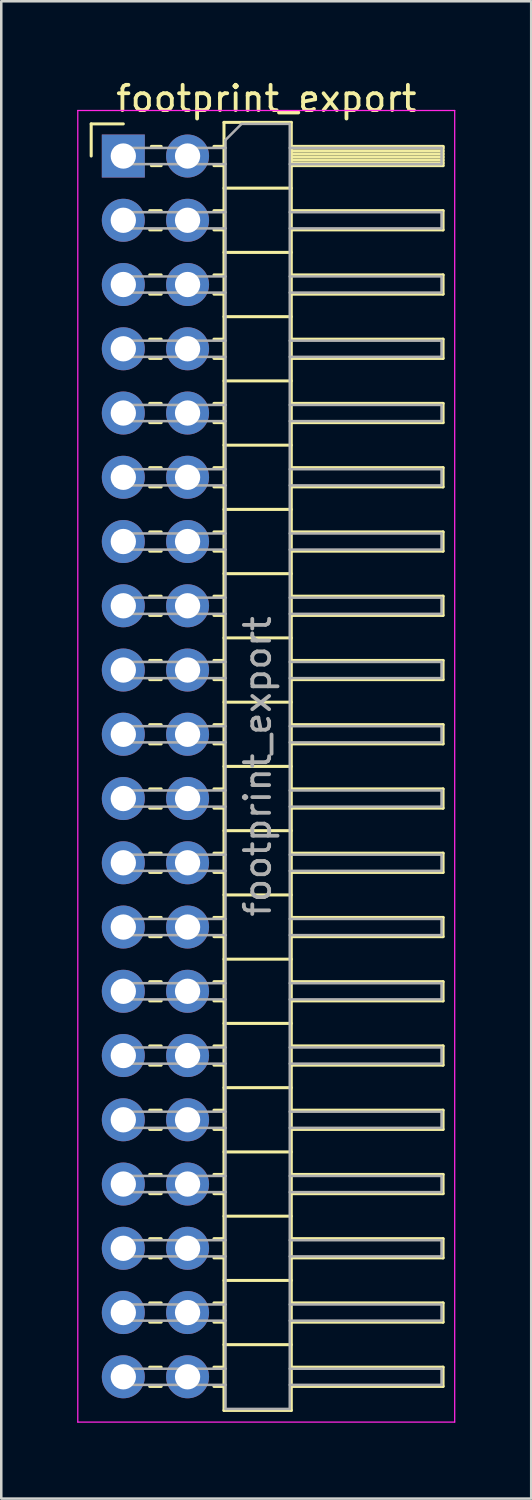
<source format=kicad_pcb>
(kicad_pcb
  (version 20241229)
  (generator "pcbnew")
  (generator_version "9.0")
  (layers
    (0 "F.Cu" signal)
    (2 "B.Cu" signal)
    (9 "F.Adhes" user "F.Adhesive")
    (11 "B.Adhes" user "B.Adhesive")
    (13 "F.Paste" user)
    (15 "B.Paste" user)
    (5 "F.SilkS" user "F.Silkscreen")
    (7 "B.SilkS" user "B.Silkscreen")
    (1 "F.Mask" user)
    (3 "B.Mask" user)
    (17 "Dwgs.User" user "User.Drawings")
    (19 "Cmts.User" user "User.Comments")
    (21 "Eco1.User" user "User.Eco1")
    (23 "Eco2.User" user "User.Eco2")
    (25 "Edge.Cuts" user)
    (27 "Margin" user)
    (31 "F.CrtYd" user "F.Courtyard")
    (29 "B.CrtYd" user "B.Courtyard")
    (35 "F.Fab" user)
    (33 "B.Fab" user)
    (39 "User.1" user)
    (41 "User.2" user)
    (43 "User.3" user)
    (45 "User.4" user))
  (footprint "footprint_export"
    (layer "F.Cu")
    (at 1.825 3.118)
    (property "Reference" "footprint_export" (at 5.655 -2.27 0) (layer "F.SilkS") (effects (font (size 1 1) (thickness 0.15))))
    (attr through_hole)
    (fp_line (start -1.27 -1.27) (end 0 -1.27) (stroke (width 0.12) (type solid)) (layer "F.SilkS"))
    (fp_line (start -1.27 0) (end -1.27 -1.27) (stroke (width 0.12) (type solid)) (layer "F.SilkS"))
    (fp_line (start 1.043 2.16) (end 1.497 2.16) (stroke (width 0.12) (type solid)) (layer "F.SilkS"))
    (fp_line (start 1.043 2.92) (end 1.497 2.92) (stroke (width 0.12) (type solid)) (layer "F.SilkS"))
    (fp_line (start 1.043 4.7) (end 1.497 4.7) (stroke (width 0.12) (type solid)) (layer "F.SilkS"))
    (fp_line (start 1.043 5.46) (end 1.497 5.46) (stroke (width 0.12) (type solid)) (layer "F.SilkS"))
    (fp_line (start 1.043 7.24) (end 1.497 7.24) (stroke (width 0.12) (type solid)) (layer "F.SilkS"))
    (fp_line (start 1.043 8) (end 1.497 8) (stroke (width 0.12) (type solid)) (layer "F.SilkS"))
    (fp_line (start 1.043 9.78) (end 1.497 9.78) (stroke (width 0.12) (type solid)) (layer "F.SilkS"))
    (fp_line (start 1.043 10.54) (end 1.497 10.54) (stroke (width 0.12) (type solid)) (layer "F.SilkS"))
    (fp_line (start 1.043 12.32) (end 1.497 12.32) (stroke (width 0.12) (type solid)) (layer "F.SilkS"))
    (fp_line (start 1.043 13.08) (end 1.497 13.08) (stroke (width 0.12) (type solid)) (layer "F.SilkS"))
    (fp_line (start 1.043 14.86) (end 1.497 14.86) (stroke (width 0.12) (type solid)) (layer "F.SilkS"))
    (fp_line (start 1.043 15.62) (end 1.497 15.62) (stroke (width 0.12) (type solid)) (layer "F.SilkS"))
    (fp_line (start 1.043 17.4) (end 1.497 17.4) (stroke (width 0.12) (type solid)) (layer "F.SilkS"))
    (fp_line (start 1.043 18.16) (end 1.497 18.16) (stroke (width 0.12) (type solid)) (layer "F.SilkS"))
    (fp_line (start 1.043 19.94) (end 1.497 19.94) (stroke (width 0.12) (type solid)) (layer "F.SilkS"))
    (fp_line (start 1.043 20.7) (end 1.497 20.7) (stroke (width 0.12) (type solid)) (layer "F.SilkS"))
    (fp_line (start 1.043 22.48) (end 1.497 22.48) (stroke (width 0.12) (type solid)) (layer "F.SilkS"))
    (fp_line (start 1.043 23.24) (end 1.497 23.24) (stroke (width 0.12) (type solid)) (layer "F.SilkS"))
    (fp_line (start 1.043 25.02) (end 1.497 25.02) (stroke (width 0.12) (type solid)) (layer "F.SilkS"))
    (fp_line (start 1.043 25.78) (end 1.497 25.78) (stroke (width 0.12) (type solid)) (layer "F.SilkS"))
    (fp_line (start 1.043 27.56) (end 1.497 27.56) (stroke (width 0.12) (type solid)) (layer "F.SilkS"))
    (fp_line (start 1.043 28.32) (end 1.497 28.32) (stroke (width 0.12) (type solid)) (layer "F.SilkS"))
    (fp_line (start 1.043 30.1) (end 1.497 30.1) (stroke (width 0.12) (type solid)) (layer "F.SilkS"))
    (fp_line (start 1.043 30.86) (end 1.497 30.86) (stroke (width 0.12) (type solid)) (layer "F.SilkS"))
    (fp_line (start 1.043 32.64) (end 1.497 32.64) (stroke (width 0.12) (type solid)) (layer "F.SilkS"))
    (fp_line (start 1.043 33.4) (end 1.497 33.4) (stroke (width 0.12) (type solid)) (layer "F.SilkS"))
    (fp_line (start 1.043 35.18) (end 1.497 35.18) (stroke (width 0.12) (type solid)) (layer "F.SilkS"))
    (fp_line (start 1.043 35.94) (end 1.497 35.94) (stroke (width 0.12) (type solid)) (layer "F.SilkS"))
    (fp_line (start 1.043 37.72) (end 1.497 37.72) (stroke (width 0.12) (type solid)) (layer "F.SilkS"))
    (fp_line (start 1.043 38.48) (end 1.497 38.48) (stroke (width 0.12) (type solid)) (layer "F.SilkS"))
    (fp_line (start 1.043 40.26) (end 1.497 40.26) (stroke (width 0.12) (type solid)) (layer "F.SilkS"))
    (fp_line (start 1.043 41.02) (end 1.497 41.02) (stroke (width 0.12) (type solid)) (layer "F.SilkS"))
    (fp_line (start 1.043 42.8) (end 1.497 42.8) (stroke (width 0.12) (type solid)) (layer "F.SilkS"))
    (fp_line (start 1.043 43.56) (end 1.497 43.56) (stroke (width 0.12) (type solid)) (layer "F.SilkS"))
    (fp_line (start 1.043 45.34) (end 1.497 45.34) (stroke (width 0.12) (type solid)) (layer "F.SilkS"))
    (fp_line (start 1.043 46.1) (end 1.497 46.1) (stroke (width 0.12) (type solid)) (layer "F.SilkS"))
    (fp_line (start 1.043 47.88) (end 1.497 47.88) (stroke (width 0.12) (type solid)) (layer "F.SilkS"))
    (fp_line (start 1.043 48.64) (end 1.497 48.64) (stroke (width 0.12) (type solid)) (layer "F.SilkS"))
    (fp_line (start 1.11 -0.38) (end 1.497 -0.38) (stroke (width 0.12) (type solid)) (layer "F.SilkS"))
    (fp_line (start 1.11 0.38) (end 1.497 0.38) (stroke (width 0.12) (type solid)) (layer "F.SilkS"))
    (fp_line (start 3.583 -0.38) (end 3.98 -0.38) (stroke (width 0.12) (type solid)) (layer "F.SilkS"))
    (fp_line (start 3.583 0.38) (end 3.98 0.38) (stroke (width 0.12) (type solid)) (layer "F.SilkS"))
    (fp_line (start 3.583 2.16) (end 3.98 2.16) (stroke (width 0.12) (type solid)) (layer "F.SilkS"))
    (fp_line (start 3.583 2.92) (end 3.98 2.92) (stroke (width 0.12) (type solid)) (layer "F.SilkS"))
    (fp_line (start 3.583 4.7) (end 3.98 4.7) (stroke (width 0.12) (type solid)) (layer "F.SilkS"))
    (fp_line (start 3.583 5.46) (end 3.98 5.46) (stroke (width 0.12) (type solid)) (layer "F.SilkS"))
    (fp_line (start 3.583 7.24) (end 3.98 7.24) (stroke (width 0.12) (type solid)) (layer "F.SilkS"))
    (fp_line (start 3.583 8) (end 3.98 8) (stroke (width 0.12) (type solid)) (layer "F.SilkS"))
    (fp_line (start 3.583 9.78) (end 3.98 9.78) (stroke (width 0.12) (type solid)) (layer "F.SilkS"))
    (fp_line (start 3.583 10.54) (end 3.98 10.54) (stroke (width 0.12) (type solid)) (layer "F.SilkS"))
    (fp_line (start 3.583 12.32) (end 3.98 12.32) (stroke (width 0.12) (type solid)) (layer "F.SilkS"))
    (fp_line (start 3.583 13.08) (end 3.98 13.08) (stroke (width 0.12) (type solid)) (layer "F.SilkS"))
    (fp_line (start 3.583 14.86) (end 3.98 14.86) (stroke (width 0.12) (type solid)) (layer "F.SilkS"))
    (fp_line (start 3.583 15.62) (end 3.98 15.62) (stroke (width 0.12) (type solid)) (layer "F.SilkS"))
    (fp_line (start 3.583 17.4) (end 3.98 17.4) (stroke (width 0.12) (type solid)) (layer "F.SilkS"))
    (fp_line (start 3.583 18.16) (end 3.98 18.16) (stroke (width 0.12) (type solid)) (layer "F.SilkS"))
    (fp_line (start 3.583 19.94) (end 3.98 19.94) (stroke (width 0.12) (type solid)) (layer "F.SilkS"))
    (fp_line (start 3.583 20.7) (end 3.98 20.7) (stroke (width 0.12) (type solid)) (layer "F.SilkS"))
    (fp_line (start 3.583 22.48) (end 3.98 22.48) (stroke (width 0.12) (type solid)) (layer "F.SilkS"))
    (fp_line (start 3.583 23.24) (end 3.98 23.24) (stroke (width 0.12) (type solid)) (layer "F.SilkS"))
    (fp_line (start 3.583 25.02) (end 3.98 25.02) (stroke (width 0.12) (type solid)) (layer "F.SilkS"))
    (fp_line (start 3.583 25.78) (end 3.98 25.78) (stroke (width 0.12) (type solid)) (layer "F.SilkS"))
    (fp_line (start 3.583 27.56) (end 3.98 27.56) (stroke (width 0.12) (type solid)) (layer "F.SilkS"))
    (fp_line (start 3.583 28.32) (end 3.98 28.32) (stroke (width 0.12) (type solid)) (layer "F.SilkS"))
    (fp_line (start 3.583 30.1) (end 3.98 30.1) (stroke (width 0.12) (type solid)) (layer "F.SilkS"))
    (fp_line (start 3.583 30.86) (end 3.98 30.86) (stroke (width 0.12) (type solid)) (layer "F.SilkS"))
    (fp_line (start 3.583 32.64) (end 3.98 32.64) (stroke (width 0.12) (type solid)) (layer "F.SilkS"))
    (fp_line (start 3.583 33.4) (end 3.98 33.4) (stroke (width 0.12) (type solid)) (layer "F.SilkS"))
    (fp_line (start 3.583 35.18) (end 3.98 35.18) (stroke (width 0.12) (type solid)) (layer "F.SilkS"))
    (fp_line (start 3.583 35.94) (end 3.98 35.94) (stroke (width 0.12) (type solid)) (layer "F.SilkS"))
    (fp_line (start 3.583 37.72) (end 3.98 37.72) (stroke (width 0.12) (type solid)) (layer "F.SilkS"))
    (fp_line (start 3.583 38.48) (end 3.98 38.48) (stroke (width 0.12) (type solid)) (layer "F.SilkS"))
    (fp_line (start 3.583 40.26) (end 3.98 40.26) (stroke (width 0.12) (type solid)) (layer "F.SilkS"))
    (fp_line (start 3.583 41.02) (end 3.98 41.02) (stroke (width 0.12) (type solid)) (layer "F.SilkS"))
    (fp_line (start 3.583 42.8) (end 3.98 42.8) (stroke (width 0.12) (type solid)) (layer "F.SilkS"))
    (fp_line (start 3.583 43.56) (end 3.98 43.56) (stroke (width 0.12) (type solid)) (layer "F.SilkS"))
    (fp_line (start 3.583 45.34) (end 3.98 45.34) (stroke (width 0.12) (type solid)) (layer "F.SilkS"))
    (fp_line (start 3.583 46.1) (end 3.98 46.1) (stroke (width 0.12) (type solid)) (layer "F.SilkS"))
    (fp_line (start 3.583 47.88) (end 3.98 47.88) (stroke (width 0.12) (type solid)) (layer "F.SilkS"))
    (fp_line (start 3.583 48.64) (end 3.98 48.64) (stroke (width 0.12) (type solid)) (layer "F.SilkS"))
    (fp_line (start 3.98 -1.33) (end 3.98 49.59) (stroke (width 0.12) (type solid)) (layer "F.SilkS"))
    (fp_line (start 3.98 1.27) (end 6.64 1.27) (stroke (width 0.12) (type solid)) (layer "F.SilkS"))
    (fp_line (start 3.98 3.81) (end 6.64 3.81) (stroke (width 0.12) (type solid)) (layer "F.SilkS"))
    (fp_line (start 3.98 6.35) (end 6.64 6.35) (stroke (width 0.12) (type solid)) (layer "F.SilkS"))
    (fp_line (start 3.98 8.89) (end 6.64 8.89) (stroke (width 0.12) (type solid)) (layer "F.SilkS"))
    (fp_line (start 3.98 11.43) (end 6.64 11.43) (stroke (width 0.12) (type solid)) (layer "F.SilkS"))
    (fp_line (start 3.98 13.97) (end 6.64 13.97) (stroke (width 0.12) (type solid)) (layer "F.SilkS"))
    (fp_line (start 3.98 16.51) (end 6.64 16.51) (stroke (width 0.12) (type solid)) (layer "F.SilkS"))
    (fp_line (start 3.98 19.05) (end 6.64 19.05) (stroke (width 0.12) (type solid)) (layer "F.SilkS"))
    (fp_line (start 3.98 21.59) (end 6.64 21.59) (stroke (width 0.12) (type solid)) (layer "F.SilkS"))
    (fp_line (start 3.98 24.13) (end 6.64 24.13) (stroke (width 0.12) (type solid)) (layer "F.SilkS"))
    (fp_line (start 3.98 26.67) (end 6.64 26.67) (stroke (width 0.12) (type solid)) (layer "F.SilkS"))
    (fp_line (start 3.98 29.21) (end 6.64 29.21) (stroke (width 0.12) (type solid)) (layer "F.SilkS"))
    (fp_line (start 3.98 31.75) (end 6.64 31.75) (stroke (width 0.12) (type solid)) (layer "F.SilkS"))
    (fp_line (start 3.98 34.29) (end 6.64 34.29) (stroke (width 0.12) (type solid)) (layer "F.SilkS"))
    (fp_line (start 3.98 36.83) (end 6.64 36.83) (stroke (width 0.12) (type solid)) (layer "F.SilkS"))
    (fp_line (start 3.98 39.37) (end 6.64 39.37) (stroke (width 0.12) (type solid)) (layer "F.SilkS"))
    (fp_line (start 3.98 41.91) (end 6.64 41.91) (stroke (width 0.12) (type solid)) (layer "F.SilkS"))
    (fp_line (start 3.98 44.45) (end 6.64 44.45) (stroke (width 0.12) (type solid)) (layer "F.SilkS"))
    (fp_line (start 3.98 46.99) (end 6.64 46.99) (stroke (width 0.12) (type solid)) (layer "F.SilkS"))
    (fp_line (start 3.98 49.59) (end 6.64 49.59) (stroke (width 0.12) (type solid)) (layer "F.SilkS"))
    (fp_line (start 6.64 -1.33) (end 3.98 -1.33) (stroke (width 0.12) (type solid)) (layer "F.SilkS"))
    (fp_line (start 6.64 -0.38) (end 12.64 -0.38) (stroke (width 0.12) (type solid)) (layer "F.SilkS"))
    (fp_line (start 6.64 -0.32) (end 12.64 -0.32) (stroke (width 0.12) (type solid)) (layer "F.SilkS"))
    (fp_line (start 6.64 -0.2) (end 12.64 -0.2) (stroke (width 0.12) (type solid)) (layer "F.SilkS"))
    (fp_line (start 6.64 -0.08) (end 12.64 -0.08) (stroke (width 0.12) (type solid)) (layer "F.SilkS"))
    (fp_line (start 6.64 0.04) (end 12.64 0.04) (stroke (width 0.12) (type solid)) (layer "F.SilkS"))
    (fp_line (start 6.64 0.16) (end 12.64 0.16) (stroke (width 0.12) (type solid)) (layer "F.SilkS"))
    (fp_line (start 6.64 0.28) (end 12.64 0.28) (stroke (width 0.12) (type solid)) (layer "F.SilkS"))
    (fp_line (start 6.64 2.16) (end 12.64 2.16) (stroke (width 0.12) (type solid)) (layer "F.SilkS"))
    (fp_line (start 6.64 4.7) (end 12.64 4.7) (stroke (width 0.12) (type solid)) (layer "F.SilkS"))
    (fp_line (start 6.64 7.24) (end 12.64 7.24) (stroke (width 0.12) (type solid)) (layer "F.SilkS"))
    (fp_line (start 6.64 9.78) (end 12.64 9.78) (stroke (width 0.12) (type solid)) (layer "F.SilkS"))
    (fp_line (start 6.64 12.32) (end 12.64 12.32) (stroke (width 0.12) (type solid)) (layer "F.SilkS"))
    (fp_line (start 6.64 14.86) (end 12.64 14.86) (stroke (width 0.12) (type solid)) (layer "F.SilkS"))
    (fp_line (start 6.64 17.4) (end 12.64 17.4) (stroke (width 0.12) (type solid)) (layer "F.SilkS"))
    (fp_line (start 6.64 19.94) (end 12.64 19.94) (stroke (width 0.12) (type solid)) (layer "F.SilkS"))
    (fp_line (start 6.64 22.48) (end 12.64 22.48) (stroke (width 0.12) (type solid)) (layer "F.SilkS"))
    (fp_line (start 6.64 25.02) (end 12.64 25.02) (stroke (width 0.12) (type solid)) (layer "F.SilkS"))
    (fp_line (start 6.64 27.56) (end 12.64 27.56) (stroke (width 0.12) (type solid)) (layer "F.SilkS"))
    (fp_line (start 6.64 30.1) (end 12.64 30.1) (stroke (width 0.12) (type solid)) (layer "F.SilkS"))
    (fp_line (start 6.64 32.64) (end 12.64 32.64) (stroke (width 0.12) (type solid)) (layer "F.SilkS"))
    (fp_line (start 6.64 35.18) (end 12.64 35.18) (stroke (width 0.12) (type solid)) (layer "F.SilkS"))
    (fp_line (start 6.64 37.72) (end 12.64 37.72) (stroke (width 0.12) (type solid)) (layer "F.SilkS"))
    (fp_line (start 6.64 40.26) (end 12.64 40.26) (stroke (width 0.12) (type solid)) (layer "F.SilkS"))
    (fp_line (start 6.64 42.8) (end 12.64 42.8) (stroke (width 0.12) (type solid)) (layer "F.SilkS"))
    (fp_line (start 6.64 45.34) (end 12.64 45.34) (stroke (width 0.12) (type solid)) (layer "F.SilkS"))
    (fp_line (start 6.64 47.88) (end 12.64 47.88) (stroke (width 0.12) (type solid)) (layer "F.SilkS"))
    (fp_line (start 6.64 49.59) (end 6.64 -1.33) (stroke (width 0.12) (type solid)) (layer "F.SilkS"))
    (fp_line (start 12.64 -0.38) (end 12.64 0.38) (stroke (width 0.12) (type solid)) (layer "F.SilkS"))
    (fp_line (start 12.64 0.38) (end 6.64 0.38) (stroke (width 0.12) (type solid)) (layer "F.SilkS"))
    (fp_line (start 12.64 2.16) (end 12.64 2.92) (stroke (width 0.12) (type solid)) (layer "F.SilkS"))
    (fp_line (start 12.64 2.92) (end 6.64 2.92) (stroke (width 0.12) (type solid)) (layer "F.SilkS"))
    (fp_line (start 12.64 4.7) (end 12.64 5.46) (stroke (width 0.12) (type solid)) (layer "F.SilkS"))
    (fp_line (start 12.64 5.46) (end 6.64 5.46) (stroke (width 0.12) (type solid)) (layer "F.SilkS"))
    (fp_line (start 12.64 7.24) (end 12.64 8) (stroke (width 0.12) (type solid)) (layer "F.SilkS"))
    (fp_line (start 12.64 8) (end 6.64 8) (stroke (width 0.12) (type solid)) (layer "F.SilkS"))
    (fp_line (start 12.64 9.78) (end 12.64 10.54) (stroke (width 0.12) (type solid)) (layer "F.SilkS"))
    (fp_line (start 12.64 10.54) (end 6.64 10.54) (stroke (width 0.12) (type solid)) (layer "F.SilkS"))
    (fp_line (start 12.64 12.32) (end 12.64 13.08) (stroke (width 0.12) (type solid)) (layer "F.SilkS"))
    (fp_line (start 12.64 13.08) (end 6.64 13.08) (stroke (width 0.12) (type solid)) (layer "F.SilkS"))
    (fp_line (start 12.64 14.86) (end 12.64 15.62) (stroke (width 0.12) (type solid)) (layer "F.SilkS"))
    (fp_line (start 12.64 15.62) (end 6.64 15.62) (stroke (width 0.12) (type solid)) (layer "F.SilkS"))
    (fp_line (start 12.64 17.4) (end 12.64 18.16) (stroke (width 0.12) (type solid)) (layer "F.SilkS"))
    (fp_line (start 12.64 18.16) (end 6.64 18.16) (stroke (width 0.12) (type solid)) (layer "F.SilkS"))
    (fp_line (start 12.64 19.94) (end 12.64 20.7) (stroke (width 0.12) (type solid)) (layer "F.SilkS"))
    (fp_line (start 12.64 20.7) (end 6.64 20.7) (stroke (width 0.12) (type solid)) (layer "F.SilkS"))
    (fp_line (start 12.64 22.48) (end 12.64 23.24) (stroke (width 0.12) (type solid)) (layer "F.SilkS"))
    (fp_line (start 12.64 23.24) (end 6.64 23.24) (stroke (width 0.12) (type solid)) (layer "F.SilkS"))
    (fp_line (start 12.64 25.02) (end 12.64 25.78) (stroke (width 0.12) (type solid)) (layer "F.SilkS"))
    (fp_line (start 12.64 25.78) (end 6.64 25.78) (stroke (width 0.12) (type solid)) (layer "F.SilkS"))
    (fp_line (start 12.64 27.56) (end 12.64 28.32) (stroke (width 0.12) (type solid)) (layer "F.SilkS"))
    (fp_line (start 12.64 28.32) (end 6.64 28.32) (stroke (width 0.12) (type solid)) (layer "F.SilkS"))
    (fp_line (start 12.64 30.1) (end 12.64 30.86) (stroke (width 0.12) (type solid)) (layer "F.SilkS"))
    (fp_line (start 12.64 30.86) (end 6.64 30.86) (stroke (width 0.12) (type solid)) (layer "F.SilkS"))
    (fp_line (start 12.64 32.64) (end 12.64 33.4) (stroke (width 0.12) (type solid)) (layer "F.SilkS"))
    (fp_line (start 12.64 33.4) (end 6.64 33.4) (stroke (width 0.12) (type solid)) (layer "F.SilkS"))
    (fp_line (start 12.64 35.18) (end 12.64 35.94) (stroke (width 0.12) (type solid)) (layer "F.SilkS"))
    (fp_line (start 12.64 35.94) (end 6.64 35.94) (stroke (width 0.12) (type solid)) (layer "F.SilkS"))
    (fp_line (start 12.64 37.72) (end 12.64 38.48) (stroke (width 0.12) (type solid)) (layer "F.SilkS"))
    (fp_line (start 12.64 38.48) (end 6.64 38.48) (stroke (width 0.12) (type solid)) (layer "F.SilkS"))
    (fp_line (start 12.64 40.26) (end 12.64 41.02) (stroke (width 0.12) (type solid)) (layer "F.SilkS"))
    (fp_line (start 12.64 41.02) (end 6.64 41.02) (stroke (width 0.12) (type solid)) (layer "F.SilkS"))
    (fp_line (start 12.64 42.8) (end 12.64 43.56) (stroke (width 0.12) (type solid)) (layer "F.SilkS"))
    (fp_line (start 12.64 43.56) (end 6.64 43.56) (stroke (width 0.12) (type solid)) (layer "F.SilkS"))
    (fp_line (start 12.64 45.34) (end 12.64 46.1) (stroke (width 0.12) (type solid)) (layer "F.SilkS"))
    (fp_line (start 12.64 46.1) (end 6.64 46.1) (stroke (width 0.12) (type solid)) (layer "F.SilkS"))
    (fp_line (start 12.64 47.88) (end 12.64 48.64) (stroke (width 0.12) (type solid)) (layer "F.SilkS"))
    (fp_line (start 12.64 48.64) (end 6.64 48.64) (stroke (width 0.12) (type solid)) (layer "F.SilkS"))
    (fp_line (start -1.8 -1.8) (end -1.8 50.05) (stroke (width 0.05) (type solid)) (layer "F.CrtYd"))
    (fp_line (start -1.8 50.05) (end 13.1 50.05) (stroke (width 0.05) (type solid)) (layer "F.CrtYd"))
    (fp_line (start 13.1 -1.8) (end -1.8 -1.8) (stroke (width 0.05) (type solid)) (layer "F.CrtYd"))
    (fp_line (start 13.1 50.05) (end 13.1 -1.8) (stroke (width 0.05) (type solid)) (layer "F.CrtYd"))
    (fp_line (start -0.32 -0.32) (end -0.32 0.32) (stroke (width 0.1) (type solid)) (layer "F.Fab"))
    (fp_line (start -0.32 -0.32) (end 4.04 -0.32) (stroke (width 0.1) (type solid)) (layer "F.Fab"))
    (fp_line (start -0.32 0.32) (end 4.04 0.32) (stroke (width 0.1) (type solid)) (layer "F.Fab"))
    (fp_line (start -0.32 2.22) (end -0.32 2.86) (stroke (width 0.1) (type solid)) (layer "F.Fab"))
    (fp_line (start -0.32 2.22) (end 4.04 2.22) (stroke (width 0.1) (type solid)) (layer "F.Fab"))
    (fp_line (start -0.32 2.86) (end 4.04 2.86) (stroke (width 0.1) (type solid)) (layer "F.Fab"))
    (fp_line (start -0.32 4.76) (end -0.32 5.4) (stroke (width 0.1) (type solid)) (layer "F.Fab"))
    (fp_line (start -0.32 4.76) (end 4.04 4.76) (stroke (width 0.1) (type solid)) (layer "F.Fab"))
    (fp_line (start -0.32 5.4) (end 4.04 5.4) (stroke (width 0.1) (type solid)) (layer "F.Fab"))
    (fp_line (start -0.32 7.3) (end -0.32 7.94) (stroke (width 0.1) (type solid)) (layer "F.Fab"))
    (fp_line (start -0.32 7.3) (end 4.04 7.3) (stroke (width 0.1) (type solid)) (layer "F.Fab"))
    (fp_line (start -0.32 7.94) (end 4.04 7.94) (stroke (width 0.1) (type solid)) (layer "F.Fab"))
    (fp_line (start -0.32 9.84) (end -0.32 10.48) (stroke (width 0.1) (type solid)) (layer "F.Fab"))
    (fp_line (start -0.32 9.84) (end 4.04 9.84) (stroke (width 0.1) (type solid)) (layer "F.Fab"))
    (fp_line (start -0.32 10.48) (end 4.04 10.48) (stroke (width 0.1) (type solid)) (layer "F.Fab"))
    (fp_line (start -0.32 12.38) (end -0.32 13.02) (stroke (width 0.1) (type solid)) (layer "F.Fab"))
    (fp_line (start -0.32 12.38) (end 4.04 12.38) (stroke (width 0.1) (type solid)) (layer "F.Fab"))
    (fp_line (start -0.32 13.02) (end 4.04 13.02) (stroke (width 0.1) (type solid)) (layer "F.Fab"))
    (fp_line (start -0.32 14.92) (end -0.32 15.56) (stroke (width 0.1) (type solid)) (layer "F.Fab"))
    (fp_line (start -0.32 14.92) (end 4.04 14.92) (stroke (width 0.1) (type solid)) (layer "F.Fab"))
    (fp_line (start -0.32 15.56) (end 4.04 15.56) (stroke (width 0.1) (type solid)) (layer "F.Fab"))
    (fp_line (start -0.32 17.46) (end -0.32 18.1) (stroke (width 0.1) (type solid)) (layer "F.Fab"))
    (fp_line (start -0.32 17.46) (end 4.04 17.46) (stroke (width 0.1) (type solid)) (layer "F.Fab"))
    (fp_line (start -0.32 18.1) (end 4.04 18.1) (stroke (width 0.1) (type solid)) (layer "F.Fab"))
    (fp_line (start -0.32 20) (end -0.32 20.64) (stroke (width 0.1) (type solid)) (layer "F.Fab"))
    (fp_line (start -0.32 20) (end 4.04 20) (stroke (width 0.1) (type solid)) (layer "F.Fab"))
    (fp_line (start -0.32 20.64) (end 4.04 20.64) (stroke (width 0.1) (type solid)) (layer "F.Fab"))
    (fp_line (start -0.32 22.54) (end -0.32 23.18) (stroke (width 0.1) (type solid)) (layer "F.Fab"))
    (fp_line (start -0.32 22.54) (end 4.04 22.54) (stroke (width 0.1) (type solid)) (layer "F.Fab"))
    (fp_line (start -0.32 23.18) (end 4.04 23.18) (stroke (width 0.1) (type solid)) (layer "F.Fab"))
    (fp_line (start -0.32 25.08) (end -0.32 25.72) (stroke (width 0.1) (type solid)) (layer "F.Fab"))
    (fp_line (start -0.32 25.08) (end 4.04 25.08) (stroke (width 0.1) (type solid)) (layer "F.Fab"))
    (fp_line (start -0.32 25.72) (end 4.04 25.72) (stroke (width 0.1) (type solid)) (layer "F.Fab"))
    (fp_line (start -0.32 27.62) (end -0.32 28.26) (stroke (width 0.1) (type solid)) (layer "F.Fab"))
    (fp_line (start -0.32 27.62) (end 4.04 27.62) (stroke (width 0.1) (type solid)) (layer "F.Fab"))
    (fp_line (start -0.32 28.26) (end 4.04 28.26) (stroke (width 0.1) (type solid)) (layer "F.Fab"))
    (fp_line (start -0.32 30.16) (end -0.32 30.8) (stroke (width 0.1) (type solid)) (layer "F.Fab"))
    (fp_line (start -0.32 30.16) (end 4.04 30.16) (stroke (width 0.1) (type solid)) (layer "F.Fab"))
    (fp_line (start -0.32 30.8) (end 4.04 30.8) (stroke (width 0.1) (type solid)) (layer "F.Fab"))
    (fp_line (start -0.32 32.7) (end -0.32 33.34) (stroke (width 0.1) (type solid)) (layer "F.Fab"))
    (fp_line (start -0.32 32.7) (end 4.04 32.7) (stroke (width 0.1) (type solid)) (layer "F.Fab"))
    (fp_line (start -0.32 33.34) (end 4.04 33.34) (stroke (width 0.1) (type solid)) (layer "F.Fab"))
    (fp_line (start -0.32 35.24) (end -0.32 35.88) (stroke (width 0.1) (type solid)) (layer "F.Fab"))
    (fp_line (start -0.32 35.24) (end 4.04 35.24) (stroke (width 0.1) (type solid)) (layer "F.Fab"))
    (fp_line (start -0.32 35.88) (end 4.04 35.88) (stroke (width 0.1) (type solid)) (layer "F.Fab"))
    (fp_line (start -0.32 37.78) (end -0.32 38.42) (stroke (width 0.1) (type solid)) (layer "F.Fab"))
    (fp_line (start -0.32 37.78) (end 4.04 37.78) (stroke (width 0.1) (type solid)) (layer "F.Fab"))
    (fp_line (start -0.32 38.42) (end 4.04 38.42) (stroke (width 0.1) (type solid)) (layer "F.Fab"))
    (fp_line (start -0.32 40.32) (end -0.32 40.96) (stroke (width 0.1) (type solid)) (layer "F.Fab"))
    (fp_line (start -0.32 40.32) (end 4.04 40.32) (stroke (width 0.1) (type solid)) (layer "F.Fab"))
    (fp_line (start -0.32 40.96) (end 4.04 40.96) (stroke (width 0.1) (type solid)) (layer "F.Fab"))
    (fp_line (start -0.32 42.86) (end -0.32 43.5) (stroke (width 0.1) (type solid)) (layer "F.Fab"))
    (fp_line (start -0.32 42.86) (end 4.04 42.86) (stroke (width 0.1) (type solid)) (layer "F.Fab"))
    (fp_line (start -0.32 43.5) (end 4.04 43.5) (stroke (width 0.1) (type solid)) (layer "F.Fab"))
    (fp_line (start -0.32 45.4) (end -0.32 46.04) (stroke (width 0.1) (type solid)) (layer "F.Fab"))
    (fp_line (start -0.32 45.4) (end 4.04 45.4) (stroke (width 0.1) (type solid)) (layer "F.Fab"))
    (fp_line (start -0.32 46.04) (end 4.04 46.04) (stroke (width 0.1) (type solid)) (layer "F.Fab"))
    (fp_line (start -0.32 47.94) (end -0.32 48.58) (stroke (width 0.1) (type solid)) (layer "F.Fab"))
    (fp_line (start -0.32 47.94) (end 4.04 47.94) (stroke (width 0.1) (type solid)) (layer "F.Fab"))
    (fp_line (start -0.32 48.58) (end 4.04 48.58) (stroke (width 0.1) (type solid)) (layer "F.Fab"))
    (fp_line (start 4.04 -0.635) (end 4.675 -1.27) (stroke (width 0.1) (type solid)) (layer "F.Fab"))
    (fp_line (start 4.04 49.53) (end 4.04 -0.635) (stroke (width 0.1) (type solid)) (layer "F.Fab"))
    (fp_line (start 4.675 -1.27) (end 6.58 -1.27) (stroke (width 0.1) (type solid)) (layer "F.Fab"))
    (fp_line (start 6.58 -1.27) (end 6.58 49.53) (stroke (width 0.1) (type solid)) (layer "F.Fab"))
    (fp_line (start 6.58 -0.32) (end 12.58 -0.32) (stroke (width 0.1) (type solid)) (layer "F.Fab"))
    (fp_line (start 6.58 0.32) (end 12.58 0.32) (stroke (width 0.1) (type solid)) (layer "F.Fab"))
    (fp_line (start 6.58 2.22) (end 12.58 2.22) (stroke (width 0.1) (type solid)) (layer "F.Fab"))
    (fp_line (start 6.58 2.86) (end 12.58 2.86) (stroke (width 0.1) (type solid)) (layer "F.Fab"))
    (fp_line (start 6.58 4.76) (end 12.58 4.76) (stroke (width 0.1) (type solid)) (layer "F.Fab"))
    (fp_line (start 6.58 5.4) (end 12.58 5.4) (stroke (width 0.1) (type solid)) (layer "F.Fab"))
    (fp_line (start 6.58 7.3) (end 12.58 7.3) (stroke (width 0.1) (type solid)) (layer "F.Fab"))
    (fp_line (start 6.58 7.94) (end 12.58 7.94) (stroke (width 0.1) (type solid)) (layer "F.Fab"))
    (fp_line (start 6.58 9.84) (end 12.58 9.84) (stroke (width 0.1) (type solid)) (layer "F.Fab"))
    (fp_line (start 6.58 10.48) (end 12.58 10.48) (stroke (width 0.1) (type solid)) (layer "F.Fab"))
    (fp_line (start 6.58 12.38) (end 12.58 12.38) (stroke (width 0.1) (type solid)) (layer "F.Fab"))
    (fp_line (start 6.58 13.02) (end 12.58 13.02) (stroke (width 0.1) (type solid)) (layer "F.Fab"))
    (fp_line (start 6.58 14.92) (end 12.58 14.92) (stroke (width 0.1) (type solid)) (layer "F.Fab"))
    (fp_line (start 6.58 15.56) (end 12.58 15.56) (stroke (width 0.1) (type solid)) (layer "F.Fab"))
    (fp_line (start 6.58 17.46) (end 12.58 17.46) (stroke (width 0.1) (type solid)) (layer "F.Fab"))
    (fp_line (start 6.58 18.1) (end 12.58 18.1) (stroke (width 0.1) (type solid)) (layer "F.Fab"))
    (fp_line (start 6.58 20) (end 12.58 20) (stroke (width 0.1) (type solid)) (layer "F.Fab"))
    (fp_line (start 6.58 20.64) (end 12.58 20.64) (stroke (width 0.1) (type solid)) (layer "F.Fab"))
    (fp_line (start 6.58 22.54) (end 12.58 22.54) (stroke (width 0.1) (type solid)) (layer "F.Fab"))
    (fp_line (start 6.58 23.18) (end 12.58 23.18) (stroke (width 0.1) (type solid)) (layer "F.Fab"))
    (fp_line (start 6.58 25.08) (end 12.58 25.08) (stroke (width 0.1) (type solid)) (layer "F.Fab"))
    (fp_line (start 6.58 25.72) (end 12.58 25.72) (stroke (width 0.1) (type solid)) (layer "F.Fab"))
    (fp_line (start 6.58 27.62) (end 12.58 27.62) (stroke (width 0.1) (type solid)) (layer "F.Fab"))
    (fp_line (start 6.58 28.26) (end 12.58 28.26) (stroke (width 0.1) (type solid)) (layer "F.Fab"))
    (fp_line (start 6.58 30.16) (end 12.58 30.16) (stroke (width 0.1) (type solid)) (layer "F.Fab"))
    (fp_line (start 6.58 30.8) (end 12.58 30.8) (stroke (width 0.1) (type solid)) (layer "F.Fab"))
    (fp_line (start 6.58 32.7) (end 12.58 32.7) (stroke (width 0.1) (type solid)) (layer "F.Fab"))
    (fp_line (start 6.58 33.34) (end 12.58 33.34) (stroke (width 0.1) (type solid)) (layer "F.Fab"))
    (fp_line (start 6.58 35.24) (end 12.58 35.24) (stroke (width 0.1) (type solid)) (layer "F.Fab"))
    (fp_line (start 6.58 35.88) (end 12.58 35.88) (stroke (width 0.1) (type solid)) (layer "F.Fab"))
    (fp_line (start 6.58 37.78) (end 12.58 37.78) (stroke (width 0.1) (type solid)) (layer "F.Fab"))
    (fp_line (start 6.58 38.42) (end 12.58 38.42) (stroke (width 0.1) (type solid)) (layer "F.Fab"))
    (fp_line (start 6.58 40.32) (end 12.58 40.32) (stroke (width 0.1) (type solid)) (layer "F.Fab"))
    (fp_line (start 6.58 40.96) (end 12.58 40.96) (stroke (width 0.1) (type solid)) (layer "F.Fab"))
    (fp_line (start 6.58 42.86) (end 12.58 42.86) (stroke (width 0.1) (type solid)) (layer "F.Fab"))
    (fp_line (start 6.58 43.5) (end 12.58 43.5) (stroke (width 0.1) (type solid)) (layer "F.Fab"))
    (fp_line (start 6.58 45.4) (end 12.58 45.4) (stroke (width 0.1) (type solid)) (layer "F.Fab"))
    (fp_line (start 6.58 46.04) (end 12.58 46.04) (stroke (width 0.1) (type solid)) (layer "F.Fab"))
    (fp_line (start 6.58 47.94) (end 12.58 47.94) (stroke (width 0.1) (type solid)) (layer "F.Fab"))
    (fp_line (start 6.58 48.58) (end 12.58 48.58) (stroke (width 0.1) (type solid)) (layer "F.Fab"))
    (fp_line (start 6.58 49.53) (end 4.04 49.53) (stroke (width 0.1) (type solid)) (layer "F.Fab"))
    (fp_line (start 12.58 -0.32) (end 12.58 0.32) (stroke (width 0.1) (type solid)) (layer "F.Fab"))
    (fp_line (start 12.58 2.22) (end 12.58 2.86) (stroke (width 0.1) (type solid)) (layer "F.Fab"))
    (fp_line (start 12.58 4.76) (end 12.58 5.4) (stroke (width 0.1) (type solid)) (layer "F.Fab"))
    (fp_line (start 12.58 7.3) (end 12.58 7.94) (stroke (width 0.1) (type solid)) (layer "F.Fab"))
    (fp_line (start 12.58 9.84) (end 12.58 10.48) (stroke (width 0.1) (type solid)) (layer "F.Fab"))
    (fp_line (start 12.58 12.38) (end 12.58 13.02) (stroke (width 0.1) (type solid)) (layer "F.Fab"))
    (fp_line (start 12.58 14.92) (end 12.58 15.56) (stroke (width 0.1) (type solid)) (layer "F.Fab"))
    (fp_line (start 12.58 17.46) (end 12.58 18.1) (stroke (width 0.1) (type solid)) (layer "F.Fab"))
    (fp_line (start 12.58 20) (end 12.58 20.64) (stroke (width 0.1) (type solid)) (layer "F.Fab"))
    (fp_line (start 12.58 22.54) (end 12.58 23.18) (stroke (width 0.1) (type solid)) (layer "F.Fab"))
    (fp_line (start 12.58 25.08) (end 12.58 25.72) (stroke (width 0.1) (type solid)) (layer "F.Fab"))
    (fp_line (start 12.58 27.62) (end 12.58 28.26) (stroke (width 0.1) (type solid)) (layer "F.Fab"))
    (fp_line (start 12.58 30.16) (end 12.58 30.8) (stroke (width 0.1) (type solid)) (layer "F.Fab"))
    (fp_line (start 12.58 32.7) (end 12.58 33.34) (stroke (width 0.1) (type solid)) (layer "F.Fab"))
    (fp_line (start 12.58 35.24) (end 12.58 35.88) (stroke (width 0.1) (type solid)) (layer "F.Fab"))
    (fp_line (start 12.58 37.78) (end 12.58 38.42) (stroke (width 0.1) (type solid)) (layer "F.Fab"))
    (fp_line (start 12.58 40.32) (end 12.58 40.96) (stroke (width 0.1) (type solid)) (layer "F.Fab"))
    (fp_line (start 12.58 42.86) (end 12.58 43.5) (stroke (width 0.1) (type solid)) (layer "F.Fab"))
    (fp_line (start 12.58 45.4) (end 12.58 46.04) (stroke (width 0.1) (type solid)) (layer "F.Fab"))
    (fp_line (start 12.58 47.94) (end 12.58 48.58) (stroke (width 0.1) (type solid)) (layer "F.Fab"))
    (fp_text user "${REFERENCE}" (at 5.31 24.13 90) (layer "F.Fab") (effects (font (size 1 1) (thickness 0.15))))
    (pad "1" thru_hole rect (at 0 0) (size 1.7 1.7) (drill 1) (layers "*.Cu" "*.Mask"))
    (pad "2" thru_hole oval (at 2.54 0) (size 1.7 1.7) (drill 1) (layers "*.Cu" "*.Mask"))
    (pad "3" thru_hole oval (at 0 2.54) (size 1.7 1.7) (drill 1) (layers "*.Cu" "*.Mask"))
    (pad "4" thru_hole oval (at 2.54 2.54) (size 1.7 1.7) (drill 1) (layers "*.Cu" "*.Mask"))
    (pad "5" thru_hole oval (at 0 5.08) (size 1.7 1.7) (drill 1) (layers "*.Cu" "*.Mask"))
    (pad "6" thru_hole oval (at 2.54 5.08) (size 1.7 1.7) (drill 1) (layers "*.Cu" "*.Mask"))
    (pad "7" thru_hole oval (at 0 7.62) (size 1.7 1.7) (drill 1) (layers "*.Cu" "*.Mask"))
    (pad "8" thru_hole oval (at 2.54 7.62) (size 1.7 1.7) (drill 1) (layers "*.Cu" "*.Mask"))
    (pad "9" thru_hole oval (at 0 10.16) (size 1.7 1.7) (drill 1) (layers "*.Cu" "*.Mask"))
    (pad "10" thru_hole oval (at 2.54 10.16) (size 1.7 1.7) (drill 1) (layers "*.Cu" "*.Mask"))
    (pad "11" thru_hole oval (at 0 12.7) (size 1.7 1.7) (drill 1) (layers "*.Cu" "*.Mask"))
    (pad "12" thru_hole oval (at 2.54 12.7) (size 1.7 1.7) (drill 1) (layers "*.Cu" "*.Mask"))
    (pad "13" thru_hole oval (at 0 15.24) (size 1.7 1.7) (drill 1) (layers "*.Cu" "*.Mask"))
    (pad "14" thru_hole oval (at 2.54 15.24) (size 1.7 1.7) (drill 1) (layers "*.Cu" "*.Mask"))
    (pad "15" thru_hole oval (at 0 17.78) (size 1.7 1.7) (drill 1) (layers "*.Cu" "*.Mask"))
    (pad "16" thru_hole oval (at 2.54 17.78) (size 1.7 1.7) (drill 1) (layers "*.Cu" "*.Mask"))
    (pad "17" thru_hole oval (at 0 20.32) (size 1.7 1.7) (drill 1) (layers "*.Cu" "*.Mask"))
    (pad "18" thru_hole oval (at 2.54 20.32) (size 1.7 1.7) (drill 1) (layers "*.Cu" "*.Mask"))
    (pad "19" thru_hole oval (at 0 22.86) (size 1.7 1.7) (drill 1) (layers "*.Cu" "*.Mask"))
    (pad "20" thru_hole oval (at 2.54 22.86) (size 1.7 1.7) (drill 1) (layers "*.Cu" "*.Mask"))
    (pad "21" thru_hole oval (at 0 25.4) (size 1.7 1.7) (drill 1) (layers "*.Cu" "*.Mask"))
    (pad "22" thru_hole oval (at 2.54 25.4) (size 1.7 1.7) (drill 1) (layers "*.Cu" "*.Mask"))
    (pad "23" thru_hole oval (at 0 27.94) (size 1.7 1.7) (drill 1) (layers "*.Cu" "*.Mask"))
    (pad "24" thru_hole oval (at 2.54 27.94) (size 1.7 1.7) (drill 1) (layers "*.Cu" "*.Mask"))
    (pad "25" thru_hole oval (at 0 30.48) (size 1.7 1.7) (drill 1) (layers "*.Cu" "*.Mask"))
    (pad "26" thru_hole oval (at 2.54 30.48) (size 1.7 1.7) (drill 1) (layers "*.Cu" "*.Mask"))
    (pad "27" thru_hole oval (at 0 33.02) (size 1.7 1.7) (drill 1) (layers "*.Cu" "*.Mask"))
    (pad "28" thru_hole oval (at 2.54 33.02) (size 1.7 1.7) (drill 1) (layers "*.Cu" "*.Mask"))
    (pad "29" thru_hole oval (at 0 35.56) (size 1.7 1.7) (drill 1) (layers "*.Cu" "*.Mask"))
    (pad "30" thru_hole oval (at 2.54 35.56) (size 1.7 1.7) (drill 1) (layers "*.Cu" "*.Mask"))
    (pad "31" thru_hole oval (at 0 38.1) (size 1.7 1.7) (drill 1) (layers "*.Cu" "*.Mask"))
    (pad "32" thru_hole oval (at 2.54 38.1) (size 1.7 1.7) (drill 1) (layers "*.Cu" "*.Mask"))
    (pad "33" thru_hole oval (at 0 40.64) (size 1.7 1.7) (drill 1) (layers "*.Cu" "*.Mask"))
    (pad "34" thru_hole oval (at 2.54 40.64) (size 1.7 1.7) (drill 1) (layers "*.Cu" "*.Mask"))
    (pad "35" thru_hole oval (at 0 43.18) (size 1.7 1.7) (drill 1) (layers "*.Cu" "*.Mask"))
    (pad "36" thru_hole oval (at 2.54 43.18) (size 1.7 1.7) (drill 1) (layers "*.Cu" "*.Mask"))
    (pad "37" thru_hole oval (at 0 45.72) (size 1.7 1.7) (drill 1) (layers "*.Cu" "*.Mask"))
    (pad "38" thru_hole oval (at 2.54 45.72) (size 1.7 1.7) (drill 1) (layers "*.Cu" "*.Mask"))
    (pad "39" thru_hole oval (at 0 48.26) (size 1.7 1.7) (drill 1) (layers "*.Cu" "*.Mask"))
    (pad "40" thru_hole oval (at 2.54 48.26) (size 1.7 1.7) (drill 1) (layers "*.Cu" "*.Mask")))
  (gr_rect
    (start -3 -3)
    (end 17.95 56.193)
    (stroke (width 0.1) (type default))
    (fill no)
    (layer "Edge.Cuts")))
</source>
